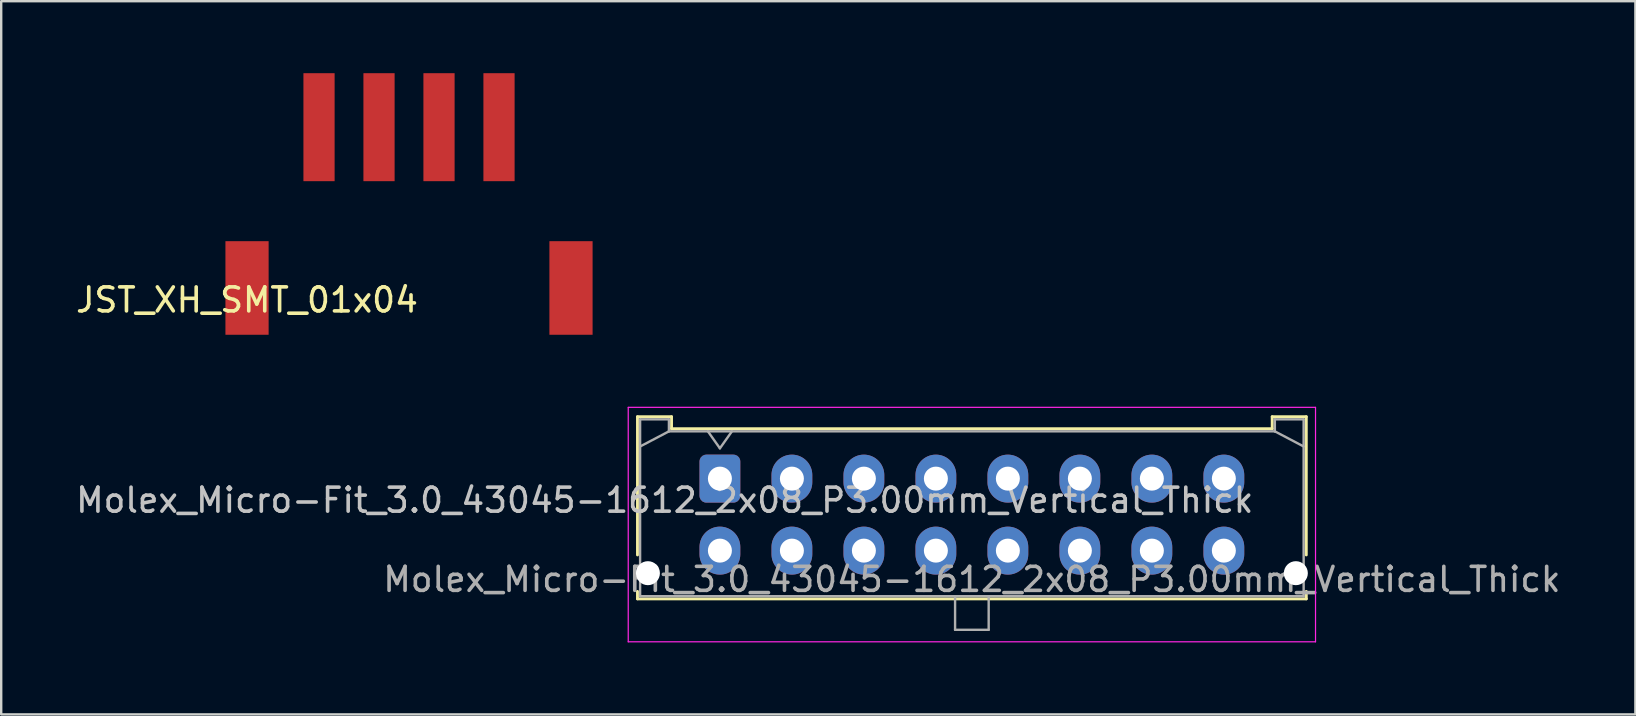
<source format=kicad_pcb>
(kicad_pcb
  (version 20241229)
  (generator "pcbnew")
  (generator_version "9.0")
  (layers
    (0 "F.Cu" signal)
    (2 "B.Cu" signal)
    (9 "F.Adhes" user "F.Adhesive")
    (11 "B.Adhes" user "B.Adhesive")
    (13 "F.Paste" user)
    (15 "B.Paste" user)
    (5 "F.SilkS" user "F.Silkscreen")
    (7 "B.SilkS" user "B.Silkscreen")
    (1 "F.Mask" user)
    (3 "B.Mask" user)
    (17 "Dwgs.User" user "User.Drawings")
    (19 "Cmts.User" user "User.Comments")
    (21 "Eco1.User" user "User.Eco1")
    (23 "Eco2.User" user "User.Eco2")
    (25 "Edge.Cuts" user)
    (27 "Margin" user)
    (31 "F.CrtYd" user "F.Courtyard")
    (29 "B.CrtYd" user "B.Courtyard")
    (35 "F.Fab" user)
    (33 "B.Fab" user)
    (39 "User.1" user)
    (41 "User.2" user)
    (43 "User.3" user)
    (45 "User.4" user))
  (footprint "Molex_Micro-Fit_3.0_43045-1612_2x08_P3.00mm_Vertical_Thick"
    (layer "F.Cu")
    (at 26.949 16.895)
    (property "Reference" "Molex_Micro-Fit_3.0_43045-1612_2x08_P3.00mm_Vertical_Thick" (at -2.3 0.9 0) (layer "Dwgs.User") (effects (font (size 1 1) (thickness 0.15))))
    (attr through_hole)
    (fp_line (start -3.435 -2.58) (end -2.015 -2.58) (stroke (width 0.12) (type solid)) (layer "F.SilkS"))
    (fp_line (start -3.435 3.18) (end -3.435 -2.58) (stroke (width 0.12) (type solid)) (layer "F.SilkS"))
    (fp_line (start -3.435 4.7) (end -3.435 5.01) (stroke (width 0.12) (type solid)) (layer "F.SilkS"))
    (fp_line (start -3.435 5.01) (end 24.435 5.01) (stroke (width 0.12) (type solid)) (layer "F.SilkS"))
    (fp_line (start -2.015 -2.58) (end -2.015 -2.08) (stroke (width 0.12) (type solid)) (layer "F.SilkS"))
    (fp_line (start -2.015 -2.08) (end 23.015 -2.08) (stroke (width 0.12) (type solid)) (layer "F.SilkS"))
    (fp_line (start 23.015 -2.58) (end 24.435 -2.58) (stroke (width 0.12) (type solid)) (layer "F.SilkS"))
    (fp_line (start 23.015 -2.08) (end 23.015 -2.58) (stroke (width 0.12) (type solid)) (layer "F.SilkS"))
    (fp_line (start 24.435 -2.58) (end 24.435 3.18) (stroke (width 0.12) (type solid)) (layer "F.SilkS"))
    (fp_line (start 24.435 5.01) (end 24.435 4.7) (stroke (width 0.12) (type solid)) (layer "F.SilkS"))
    (fp_line (start -3.82 -2.97) (end 24.82 -2.97) (stroke (width 0.05) (type solid)) (layer "F.CrtYd"))
    (fp_line (start -3.82 6.8) (end -3.82 -2.97) (stroke (width 0.05) (type solid)) (layer "F.CrtYd"))
    (fp_line (start 24.82 -2.97) (end 24.82 6.8) (stroke (width 0.05) (type solid)) (layer "F.CrtYd"))
    (fp_line (start 24.82 6.8) (end -3.82 6.8) (stroke (width 0.05) (type solid)) (layer "F.CrtYd"))
    (fp_line (start -3.325 -2.47) (end -3.325 4.9) (stroke (width 0.1) (type solid)) (layer "F.Fab"))
    (fp_line (start -3.325 -1.34) (end -2.125 -1.97) (stroke (width 0.1) (type solid)) (layer "F.Fab"))
    (fp_line (start -3.325 4.9) (end 24.325 4.9) (stroke (width 0.1) (type solid)) (layer "F.Fab"))
    (fp_line (start -2.125 -2.47) (end -3.325 -2.47) (stroke (width 0.1) (type solid)) (layer "F.Fab"))
    (fp_line (start -2.125 -1.97) (end -2.125 -2.47) (stroke (width 0.1) (type solid)) (layer "F.Fab"))
    (fp_line (start -0.5 -1.97) (end 0 -1.263) (stroke (width 0.1) (type solid)) (layer "F.Fab"))
    (fp_line (start 0 -1.263) (end 0.5 -1.97) (stroke (width 0.1) (type solid)) (layer "F.Fab"))
    (fp_line (start 9.8 4.9) (end 9.8 6.3) (stroke (width 0.1) (type solid)) (layer "F.Fab"))
    (fp_line (start 9.8 6.3) (end 11.2 6.3) (stroke (width 0.1) (type solid)) (layer "F.Fab"))
    (fp_line (start 11.2 6.3) (end 11.2 4.9) (stroke (width 0.1) (type solid)) (layer "F.Fab"))
    (fp_line (start 23.125 -2.47) (end 23.125 -1.97) (stroke (width 0.1) (type solid)) (layer "F.Fab"))
    (fp_line (start 23.125 -1.97) (end -2.125 -1.97) (stroke (width 0.1) (type solid)) (layer "F.Fab"))
    (fp_line (start 24.325 -2.47) (end 23.125 -2.47) (stroke (width 0.1) (type solid)) (layer "F.Fab"))
    (fp_line (start 24.325 -1.34) (end 23.125 -1.97) (stroke (width 0.1) (type solid)) (layer "F.Fab"))
    (fp_line (start 24.325 4.9) (end 24.325 -2.47) (stroke (width 0.1) (type solid)) (layer "F.Fab"))
    (fp_text user "${REFERENCE}" (at 10.5 4.2 0) (layer "F.Fab") (effects (font (size 1 1) (thickness 0.15))))
    (pad "" np_thru_hole circle (at -3 3.94) (size 1 1) (drill 1) (layers "*.Cu" "*.Mask"))
    (pad "" np_thru_hole circle (at 24 3.94) (size 1 1) (drill 1) (layers "*.Cu" "*.Mask"))
    (pad "1" thru_hole roundrect (at 0 0) (size 1.7 2) (drill 1) (layers "*.Cu" "*.Mask") (roundrect_rratio 0.167))
    (pad "2" thru_hole oval (at 3 0) (size 1.7 2) (drill 1) (layers "*.Cu" "*.Mask"))
    (pad "3" thru_hole oval (at 6 0) (size 1.7 2) (drill 1) (layers "*.Cu" "*.Mask"))
    (pad "4" thru_hole oval (at 9 0) (size 1.7 2) (drill 1) (layers "*.Cu" "*.Mask"))
    (pad "5" thru_hole oval (at 12 0) (size 1.7 2) (drill 1) (layers "*.Cu" "*.Mask"))
    (pad "6" thru_hole oval (at 15 0) (size 1.7 2) (drill 1) (layers "*.Cu" "*.Mask"))
    (pad "7" thru_hole oval (at 18 0) (size 1.7 2) (drill 1) (layers "*.Cu" "*.Mask"))
    (pad "8" thru_hole oval (at 21 0) (size 1.7 2) (drill 1) (layers "*.Cu" "*.Mask"))
    (pad "9" thru_hole oval (at 0 3) (size 1.7 2) (drill 1) (layers "*.Cu" "*.Mask"))
    (pad "10" thru_hole oval (at 3 3) (size 1.7 2) (drill 1) (layers "*.Cu" "*.Mask"))
    (pad "11" thru_hole oval (at 6 3 90) (size 2 1.7) (drill 1) (layers "*.Cu" "*.Mask"))
    (pad "12" thru_hole oval (at 9 3) (size 1.7 2) (drill 1) (layers "*.Cu" "*.Mask"))
    (pad "13" thru_hole oval (at 12 3) (size 1.7 2) (drill 1) (layers "*.Cu" "*.Mask"))
    (pad "14" thru_hole oval (at 15 3) (size 1.7 2) (drill 1) (layers "*.Cu" "*.Mask"))
    (pad "15" thru_hole oval (at 18 3) (size 1.7 2) (drill 1) (layers "*.Cu" "*.Mask"))
    (pad "16" thru_hole oval (at 21 3) (size 1.7 2) (drill 1) (layers "*.Cu" "*.Mask")))
  (footprint "JST_XH_SMT_01x04"
    (layer "F.Cu")
    (at 7.244 8.95)
    (property "Reference" "JST_XH_SMT_01x04" (at 0 0.5 0) (layer "F.SilkS") (effects (font (size 1 1) (thickness 0.15))))
    (attr through_hole)
    (pad "" smd rect (at 0 0) (size 1.8 3.9) (layers "F.Cu" "F.Mask" "F.Paste"))
    (pad "" smd rect (at 13.5 0) (size 1.8 3.9) (layers "F.Cu" "F.Mask" "F.Paste"))
    (pad "1" smd rect (at 3 -6.7) (size 1.3 4.5) (layers "F.Cu" "F.Mask" "F.Paste"))
    (pad "2" smd rect (at 5.5 -6.7) (size 1.3 4.5) (layers "F.Cu" "F.Mask" "F.Paste"))
    (pad "3" smd rect (at 8 -6.7) (size 1.3 4.5) (layers "F.Cu" "F.Mask" "F.Paste"))
    (pad "4" smd rect (at 10.5 -6.7 180) (size 1.3 4.5) (layers "F.Cu" "F.Mask" "F.Paste")))
  (gr_rect
    (start -3 -3)
    (end 65.098 26.72)
    (stroke (width 0.1) (type default))
    (fill no)
    (layer "Edge.Cuts")))
</source>
